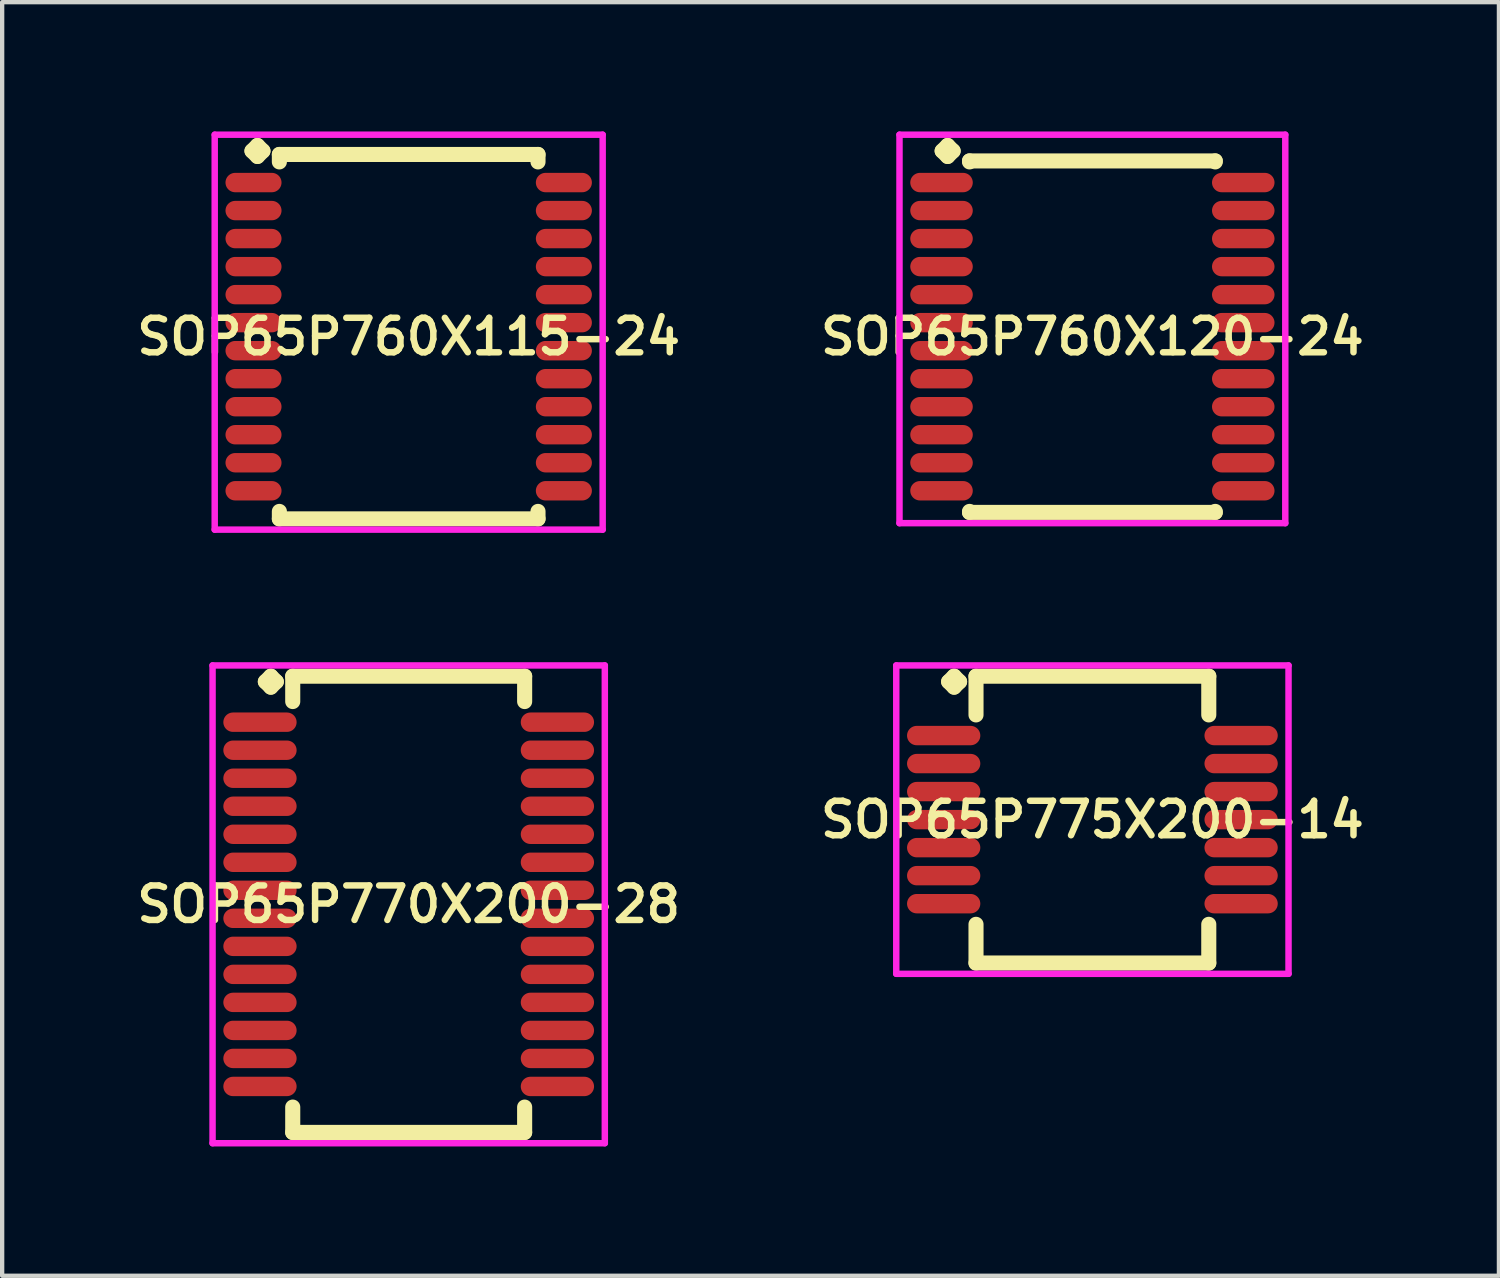
<source format=kicad_pcb>
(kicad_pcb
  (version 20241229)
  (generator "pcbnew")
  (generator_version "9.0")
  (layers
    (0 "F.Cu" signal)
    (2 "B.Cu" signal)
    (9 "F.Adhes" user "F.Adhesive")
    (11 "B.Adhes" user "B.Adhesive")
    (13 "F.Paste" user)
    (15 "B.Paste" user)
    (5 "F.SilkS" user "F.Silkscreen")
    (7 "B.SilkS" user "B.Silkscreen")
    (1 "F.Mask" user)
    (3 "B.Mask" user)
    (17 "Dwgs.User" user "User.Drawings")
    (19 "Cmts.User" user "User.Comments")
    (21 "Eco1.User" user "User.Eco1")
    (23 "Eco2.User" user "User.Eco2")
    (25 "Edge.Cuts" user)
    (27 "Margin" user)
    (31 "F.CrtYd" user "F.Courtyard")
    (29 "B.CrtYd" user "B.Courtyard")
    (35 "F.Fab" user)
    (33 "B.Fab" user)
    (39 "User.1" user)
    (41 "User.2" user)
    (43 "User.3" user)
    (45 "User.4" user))
  (footprint "SOP65P775X200-14"
    (layer "F.Cu")
    (at 22.292 15.964)
    (property "Reference" "SOP65P775X200-14" (at 0 0 0) (layer "F.SilkS") (effects (font (size 0.8 0.8) (thickness 0.15))))
    (attr through_hole)
    (fp_line (start -3.335 -3.2) (end -3.208 -3.327) (stroke (width 0.35) (type solid)) (layer "F.SilkS"))
    (fp_line (start -3.208 -3.327) (end -3.081 -3.2) (stroke (width 0.35) (type solid)) (layer "F.SilkS"))
    (fp_line (start -3.208 -3.073) (end -3.335 -3.2) (stroke (width 0.35) (type solid)) (layer "F.SilkS"))
    (fp_line (start -3.081 -3.2) (end -3.208 -3.073) (stroke (width 0.35) (type solid)) (layer "F.SilkS"))
    (fp_line (start -2.7 -3.327) (end 2.7 -3.327) (stroke (width 0.35) (type solid)) (layer "F.SilkS"))
    (fp_line (start -2.7 -2.429) (end -2.7 -3.327) (stroke (width 0.35) (type solid)) (layer "F.SilkS"))
    (fp_line (start -2.7 2.429) (end -2.7 3.327) (stroke (width 0.35) (type solid)) (layer "F.SilkS"))
    (fp_line (start -2.7 3.327) (end 2.7 3.327) (stroke (width 0.35) (type solid)) (layer "F.SilkS"))
    (fp_line (start 2.7 -3.327) (end 2.7 -2.429) (stroke (width 0.35) (type solid)) (layer "F.SilkS"))
    (fp_line (start 2.7 3.327) (end 2.7 2.429) (stroke (width 0.35) (type solid)) (layer "F.SilkS"))
    (fp_line (start -4.55 -3.577) (end 4.55 -3.577) (stroke (width 0.15) (type solid)) (layer "F.CrtYd"))
    (fp_line (start -4.55 3.577) (end -4.55 -3.577) (stroke (width 0.15) (type solid)) (layer "F.CrtYd"))
    (fp_line (start 4.55 -3.577) (end 4.55 3.577) (stroke (width 0.15) (type solid)) (layer "F.CrtYd"))
    (fp_line (start 4.55 3.577) (end -4.55 3.577) (stroke (width 0.15) (type solid)) (layer "F.CrtYd"))
    (pad "1" smd oval (at -3.45 -1.95) (size 1.7 0.45) (layers "F.Cu" "F.Mask" "F.Paste"))
    (pad "2" smd oval (at -3.45 -1.3) (size 1.7 0.45) (layers "F.Cu" "F.Mask" "F.Paste"))
    (pad "3" smd oval (at -3.45 -0.65) (size 1.7 0.45) (layers "F.Cu" "F.Mask" "F.Paste"))
    (pad "4" smd oval (at -3.45 0) (size 1.7 0.45) (layers "F.Cu" "F.Mask" "F.Paste"))
    (pad "5" smd oval (at -3.45 0.65) (size 1.7 0.45) (layers "F.Cu" "F.Mask" "F.Paste"))
    (pad "6" smd oval (at -3.45 1.3) (size 1.7 0.45) (layers "F.Cu" "F.Mask" "F.Paste"))
    (pad "7" smd oval (at -3.45 1.95) (size 1.7 0.45) (layers "F.Cu" "F.Mask" "F.Paste"))
    (pad "8" smd oval (at 3.45 1.95) (size 1.7 0.45) (layers "F.Cu" "F.Mask" "F.Paste"))
    (pad "9" smd oval (at 3.45 1.3) (size 1.7 0.45) (layers "F.Cu" "F.Mask" "F.Paste"))
    (pad "10" smd oval (at 3.45 0.65) (size 1.7 0.45) (layers "F.Cu" "F.Mask" "F.Paste"))
    (pad "11" smd oval (at 3.45 0) (size 1.7 0.45) (layers "F.Cu" "F.Mask" "F.Paste"))
    (pad "12" smd oval (at 3.45 -0.65) (size 1.7 0.45) (layers "F.Cu" "F.Mask" "F.Paste"))
    (pad "13" smd oval (at 3.45 -1.3) (size 1.7 0.45) (layers "F.Cu" "F.Mask" "F.Paste"))
    (pad "14" smd oval (at 3.45 -1.95) (size 1.7 0.45) (layers "F.Cu" "F.Mask" "F.Paste")))
  (footprint "SOP65P760X115-24"
    (layer "F.Cu")
    (at 6.431 4.76)
    (property "Reference" "SOP65P760X115-24" (at 0 0 0) (layer "F.SilkS") (effects (font (size 0.8 0.8) (thickness 0.15))))
    (attr through_hole)
    (fp_line (start -3.635 -4.308) (end -3.508 -4.435) (stroke (width 0.35) (type solid)) (layer "F.SilkS"))
    (fp_line (start -3.508 -4.435) (end -3.381 -4.308) (stroke (width 0.35) (type solid)) (layer "F.SilkS"))
    (fp_line (start -3.508 -4.181) (end -3.635 -4.308) (stroke (width 0.35) (type solid)) (layer "F.SilkS"))
    (fp_line (start -3.381 -4.308) (end -3.508 -4.181) (stroke (width 0.35) (type solid)) (layer "F.SilkS"))
    (fp_line (start -3 -4.227) (end 3 -4.227) (stroke (width 0.35) (type solid)) (layer "F.SilkS"))
    (fp_line (start -3 -4.054) (end -3 -4.227) (stroke (width 0.35) (type solid)) (layer "F.SilkS"))
    (fp_line (start -3 4.054) (end -3 4.227) (stroke (width 0.35) (type solid)) (layer "F.SilkS"))
    (fp_line (start -3 4.227) (end 3 4.227) (stroke (width 0.35) (type solid)) (layer "F.SilkS"))
    (fp_line (start 3 -4.227) (end 3 -4.054) (stroke (width 0.35) (type solid)) (layer "F.SilkS"))
    (fp_line (start 3 4.227) (end 3 4.054) (stroke (width 0.35) (type solid)) (layer "F.SilkS"))
    (fp_line (start -4.5 -4.685) (end 4.5 -4.685) (stroke (width 0.15) (type solid)) (layer "F.CrtYd"))
    (fp_line (start -4.5 4.477) (end -4.5 -4.685) (stroke (width 0.15) (type solid)) (layer "F.CrtYd"))
    (fp_line (start 4.5 -4.685) (end 4.5 4.477) (stroke (width 0.15) (type solid)) (layer "F.CrtYd"))
    (fp_line (start 4.5 4.477) (end -4.5 4.477) (stroke (width 0.15) (type solid)) (layer "F.CrtYd"))
    (pad "1" smd oval (at -3.6 -3.575) (size 1.3 0.45) (layers "F.Cu" "F.Mask" "F.Paste"))
    (pad "2" smd oval (at -3.6 -2.925) (size 1.3 0.45) (layers "F.Cu" "F.Mask" "F.Paste"))
    (pad "3" smd oval (at -3.6 -2.275) (size 1.3 0.45) (layers "F.Cu" "F.Mask" "F.Paste"))
    (pad "4" smd oval (at -3.6 -1.625) (size 1.3 0.45) (layers "F.Cu" "F.Mask" "F.Paste"))
    (pad "5" smd oval (at -3.6 -0.975) (size 1.3 0.45) (layers "F.Cu" "F.Mask" "F.Paste"))
    (pad "6" smd oval (at -3.6 -0.325) (size 1.3 0.45) (layers "F.Cu" "F.Mask" "F.Paste"))
    (pad "7" smd oval (at -3.6 0.325) (size 1.3 0.45) (layers "F.Cu" "F.Mask" "F.Paste"))
    (pad "8" smd oval (at -3.6 0.975) (size 1.3 0.45) (layers "F.Cu" "F.Mask" "F.Paste"))
    (pad "9" smd oval (at -3.6 1.625) (size 1.3 0.45) (layers "F.Cu" "F.Mask" "F.Paste"))
    (pad "10" smd oval (at -3.6 2.275) (size 1.3 0.45) (layers "F.Cu" "F.Mask" "F.Paste"))
    (pad "11" smd oval (at -3.6 2.925) (size 1.3 0.45) (layers "F.Cu" "F.Mask" "F.Paste"))
    (pad "12" smd oval (at -3.6 3.575) (size 1.3 0.45) (layers "F.Cu" "F.Mask" "F.Paste"))
    (pad "13" smd oval (at 3.6 3.575) (size 1.3 0.45) (layers "F.Cu" "F.Mask" "F.Paste"))
    (pad "14" smd oval (at 3.6 2.925) (size 1.3 0.45) (layers "F.Cu" "F.Mask" "F.Paste"))
    (pad "15" smd oval (at 3.6 2.275) (size 1.3 0.45) (layers "F.Cu" "F.Mask" "F.Paste"))
    (pad "16" smd oval (at 3.6 1.625) (size 1.3 0.45) (layers "F.Cu" "F.Mask" "F.Paste"))
    (pad "17" smd oval (at 3.6 0.975) (size 1.3 0.45) (layers "F.Cu" "F.Mask" "F.Paste"))
    (pad "18" smd oval (at 3.6 0.325) (size 1.3 0.45) (layers "F.Cu" "F.Mask" "F.Paste"))
    (pad "19" smd oval (at 3.6 -0.325) (size 1.3 0.45) (layers "F.Cu" "F.Mask" "F.Paste"))
    (pad "20" smd oval (at 3.6 -0.975) (size 1.3 0.45) (layers "F.Cu" "F.Mask" "F.Paste"))
    (pad "21" smd oval (at 3.6 -1.625) (size 1.3 0.45) (layers "F.Cu" "F.Mask" "F.Paste"))
    (pad "22" smd oval (at 3.6 -2.275) (size 1.3 0.45) (layers "F.Cu" "F.Mask" "F.Paste"))
    (pad "23" smd oval (at 3.6 -2.925) (size 1.3 0.45) (layers "F.Cu" "F.Mask" "F.Paste"))
    (pad "24" smd oval (at 3.6 -3.575) (size 1.3 0.45) (layers "F.Cu" "F.Mask" "F.Paste")))
  (footprint "SOP65P760X120-24"
    (layer "F.Cu")
    (at 22.292 4.76)
    (property "Reference" "SOP65P760X120-24" (at 0 0 0) (layer "F.SilkS") (effects (font (size 0.8 0.8) (thickness 0.15))))
    (attr smd)
    (fp_line (start -3.485 -4.308) (end -3.358 -4.435) (stroke (width 0.35) (type solid)) (layer "F.SilkS"))
    (fp_line (start -3.358 -4.435) (end -3.231 -4.308) (stroke (width 0.35) (type solid)) (layer "F.SilkS"))
    (fp_line (start -3.358 -4.181) (end -3.485 -4.308) (stroke (width 0.35) (type solid)) (layer "F.SilkS"))
    (fp_line (start -3.231 -4.308) (end -3.358 -4.181) (stroke (width 0.35) (type solid)) (layer "F.SilkS"))
    (fp_line (start -2.85 -4.077) (end 2.85 -4.077) (stroke (width 0.35) (type solid)) (layer "F.SilkS"))
    (fp_line (start -2.85 -4.054) (end -2.85 -4.077) (stroke (width 0.35) (type solid)) (layer "F.SilkS"))
    (fp_line (start -2.85 4.054) (end -2.85 4.077) (stroke (width 0.35) (type solid)) (layer "F.SilkS"))
    (fp_line (start -2.85 4.077) (end 2.85 4.077) (stroke (width 0.35) (type solid)) (layer "F.SilkS"))
    (fp_line (start 2.85 -4.077) (end 2.85 -4.054) (stroke (width 0.35) (type solid)) (layer "F.SilkS"))
    (fp_line (start 2.85 4.077) (end 2.85 4.054) (stroke (width 0.35) (type solid)) (layer "F.SilkS"))
    (fp_line (start -4.475 -4.685) (end 4.475 -4.685) (stroke (width 0.15) (type solid)) (layer "F.CrtYd"))
    (fp_line (start -4.475 4.327) (end -4.475 -4.685) (stroke (width 0.15) (type solid)) (layer "F.CrtYd"))
    (fp_line (start 4.475 -4.685) (end 4.475 4.327) (stroke (width 0.15) (type solid)) (layer "F.CrtYd"))
    (fp_line (start 4.475 4.327) (end -4.475 4.327) (stroke (width 0.15) (type solid)) (layer "F.CrtYd"))
    (pad "1" smd oval (at -3.5 -3.575) (size 1.45 0.45) (layers "F.Cu" "F.Mask" "F.Paste"))
    (pad "2" smd oval (at -3.5 -2.925) (size 1.45 0.45) (layers "F.Cu" "F.Mask" "F.Paste"))
    (pad "3" smd oval (at -3.5 -2.275) (size 1.45 0.45) (layers "F.Cu" "F.Mask" "F.Paste"))
    (pad "4" smd oval (at -3.5 -1.625) (size 1.45 0.45) (layers "F.Cu" "F.Mask" "F.Paste"))
    (pad "5" smd oval (at -3.5 -0.975) (size 1.45 0.45) (layers "F.Cu" "F.Mask" "F.Paste"))
    (pad "6" smd oval (at -3.5 -0.325) (size 1.45 0.45) (layers "F.Cu" "F.Mask" "F.Paste"))
    (pad "7" smd oval (at -3.5 0.325) (size 1.45 0.45) (layers "F.Cu" "F.Mask" "F.Paste"))
    (pad "8" smd oval (at -3.5 0.975) (size 1.45 0.45) (layers "F.Cu" "F.Mask" "F.Paste"))
    (pad "9" smd oval (at -3.5 1.625) (size 1.45 0.45) (layers "F.Cu" "F.Mask" "F.Paste"))
    (pad "10" smd oval (at -3.5 2.275) (size 1.45 0.45) (layers "F.Cu" "F.Mask" "F.Paste"))
    (pad "11" smd oval (at -3.5 2.925) (size 1.45 0.45) (layers "F.Cu" "F.Mask" "F.Paste"))
    (pad "12" smd oval (at -3.5 3.575) (size 1.45 0.45) (layers "F.Cu" "F.Mask" "F.Paste"))
    (pad "13" smd oval (at 3.5 3.575) (size 1.45 0.45) (layers "F.Cu" "F.Mask" "F.Paste"))
    (pad "14" smd oval (at 3.5 2.925) (size 1.45 0.45) (layers "F.Cu" "F.Mask" "F.Paste"))
    (pad "15" smd oval (at 3.5 2.275) (size 1.45 0.45) (layers "F.Cu" "F.Mask" "F.Paste"))
    (pad "16" smd oval (at 3.5 1.625) (size 1.45 0.45) (layers "F.Cu" "F.Mask" "F.Paste"))
    (pad "17" smd oval (at 3.5 0.975) (size 1.45 0.45) (layers "F.Cu" "F.Mask" "F.Paste"))
    (pad "18" smd oval (at 3.5 0.325) (size 1.45 0.45) (layers "F.Cu" "F.Mask" "F.Paste"))
    (pad "19" smd oval (at 3.5 -0.325) (size 1.45 0.45) (layers "F.Cu" "F.Mask" "F.Paste"))
    (pad "20" smd oval (at 3.5 -0.975) (size 1.45 0.45) (layers "F.Cu" "F.Mask" "F.Paste"))
    (pad "21" smd oval (at 3.5 -1.625) (size 1.45 0.45) (layers "F.Cu" "F.Mask" "F.Paste"))
    (pad "22" smd oval (at 3.5 -2.275) (size 1.45 0.45) (layers "F.Cu" "F.Mask" "F.Paste"))
    (pad "23" smd oval (at 3.5 -2.925) (size 1.45 0.45) (layers "F.Cu" "F.Mask" "F.Paste"))
    (pad "24" smd oval (at 3.5 -3.575) (size 1.45 0.45) (layers "F.Cu" "F.Mask" "F.Paste")))
  (footprint "SOP65P770X200-28"
    (layer "F.Cu")
    (at 6.431 17.929)
    (property "Reference" "SOP65P770X200-28" (at 0 0 0) (layer "F.SilkS") (effects (font (size 0.8 0.8) (thickness 0.15))))
    (attr smd)
    (fp_line (start -3.325 -5.165) (end -3.198 -5.292) (stroke (width 0.35) (type solid)) (layer "F.SilkS"))
    (fp_line (start -3.198 -5.292) (end -3.071 -5.165) (stroke (width 0.35) (type solid)) (layer "F.SilkS"))
    (fp_line (start -3.198 -5.038) (end -3.325 -5.165) (stroke (width 0.35) (type solid)) (layer "F.SilkS"))
    (fp_line (start -3.071 -5.165) (end -3.198 -5.038) (stroke (width 0.35) (type solid)) (layer "F.SilkS"))
    (fp_line (start -2.69 -5.292) (end 2.69 -5.292) (stroke (width 0.35) (type solid)) (layer "F.SilkS"))
    (fp_line (start -2.69 -4.704) (end -2.69 -5.292) (stroke (width 0.35) (type solid)) (layer "F.SilkS"))
    (fp_line (start -2.69 4.704) (end -2.69 5.292) (stroke (width 0.35) (type solid)) (layer "F.SilkS"))
    (fp_line (start -2.69 5.292) (end 2.69 5.292) (stroke (width 0.35) (type solid)) (layer "F.SilkS"))
    (fp_line (start 2.69 -5.292) (end 2.69 -4.704) (stroke (width 0.35) (type solid)) (layer "F.SilkS"))
    (fp_line (start 2.69 5.292) (end 2.69 4.704) (stroke (width 0.35) (type solid)) (layer "F.SilkS"))
    (fp_line (start -4.55 -5.542) (end 4.55 -5.542) (stroke (width 0.15) (type solid)) (layer "F.CrtYd"))
    (fp_line (start -4.55 5.542) (end -4.55 -5.542) (stroke (width 0.15) (type solid)) (layer "F.CrtYd"))
    (fp_line (start 4.55 -5.542) (end 4.55 5.542) (stroke (width 0.15) (type solid)) (layer "F.CrtYd"))
    (fp_line (start 4.55 5.542) (end -4.55 5.542) (stroke (width 0.15) (type solid)) (layer "F.CrtYd"))
    (pad "1" smd oval (at -3.45 -4.225) (size 1.7 0.45) (layers "F.Cu" "F.Mask" "F.Paste"))
    (pad "2" smd oval (at -3.45 -3.575) (size 1.7 0.45) (layers "F.Cu" "F.Mask" "F.Paste"))
    (pad "3" smd oval (at -3.45 -2.925) (size 1.7 0.45) (layers "F.Cu" "F.Mask" "F.Paste"))
    (pad "4" smd oval (at -3.45 -2.275) (size 1.7 0.45) (layers "F.Cu" "F.Mask" "F.Paste"))
    (pad "5" smd oval (at -3.45 -1.625) (size 1.7 0.45) (layers "F.Cu" "F.Mask" "F.Paste"))
    (pad "6" smd oval (at -3.45 -0.975) (size 1.7 0.45) (layers "F.Cu" "F.Mask" "F.Paste"))
    (pad "7" smd oval (at -3.45 -0.325) (size 1.7 0.45) (layers "F.Cu" "F.Mask" "F.Paste"))
    (pad "8" smd oval (at -3.45 0.325) (size 1.7 0.45) (layers "F.Cu" "F.Mask" "F.Paste"))
    (pad "9" smd oval (at -3.45 0.975) (size 1.7 0.45) (layers "F.Cu" "F.Mask" "F.Paste"))
    (pad "10" smd oval (at -3.45 1.625) (size 1.7 0.45) (layers "F.Cu" "F.Mask" "F.Paste"))
    (pad "11" smd oval (at -3.45 2.275) (size 1.7 0.45) (layers "F.Cu" "F.Mask" "F.Paste"))
    (pad "12" smd oval (at -3.45 2.925) (size 1.7 0.45) (layers "F.Cu" "F.Mask" "F.Paste"))
    (pad "13" smd oval (at -3.45 3.575) (size 1.7 0.45) (layers "F.Cu" "F.Mask" "F.Paste"))
    (pad "14" smd oval (at -3.45 4.225) (size 1.7 0.45) (layers "F.Cu" "F.Mask" "F.Paste"))
    (pad "15" smd oval (at 3.45 4.225) (size 1.7 0.45) (layers "F.Cu" "F.Mask" "F.Paste"))
    (pad "16" smd oval (at 3.45 3.575) (size 1.7 0.45) (layers "F.Cu" "F.Mask" "F.Paste"))
    (pad "17" smd oval (at 3.45 2.925) (size 1.7 0.45) (layers "F.Cu" "F.Mask" "F.Paste"))
    (pad "18" smd oval (at 3.45 2.275) (size 1.7 0.45) (layers "F.Cu" "F.Mask" "F.Paste"))
    (pad "19" smd oval (at 3.45 1.625) (size 1.7 0.45) (layers "F.Cu" "F.Mask" "F.Paste"))
    (pad "20" smd oval (at 3.45 0.975) (size 1.7 0.45) (layers "F.Cu" "F.Mask" "F.Paste"))
    (pad "21" smd oval (at 3.45 0.325) (size 1.7 0.45) (layers "F.Cu" "F.Mask" "F.Paste"))
    (pad "22" smd oval (at 3.45 -0.325) (size 1.7 0.45) (layers "F.Cu" "F.Mask" "F.Paste"))
    (pad "23" smd oval (at 3.45 -0.975) (size 1.7 0.45) (layers "F.Cu" "F.Mask" "F.Paste"))
    (pad "24" smd oval (at 3.45 -1.625) (size 1.7 0.45) (layers "F.Cu" "F.Mask" "F.Paste"))
    (pad "25" smd oval (at 3.45 -2.275) (size 1.7 0.45) (layers "F.Cu" "F.Mask" "F.Paste"))
    (pad "26" smd oval (at 3.45 -2.925) (size 1.7 0.45) (layers "F.Cu" "F.Mask" "F.Paste"))
    (pad "27" smd oval (at 3.45 -3.575) (size 1.7 0.45) (layers "F.Cu" "F.Mask" "F.Paste"))
    (pad "28" smd oval (at 3.45 -4.225) (size 1.7 0.45) (layers "F.Cu" "F.Mask" "F.Paste")))
  (gr_rect
    (start -3 -3)
    (end 31.723 26.546)
    (stroke (width 0.1) (type default))
    (fill no)
    (layer "Edge.Cuts")))
</source>
